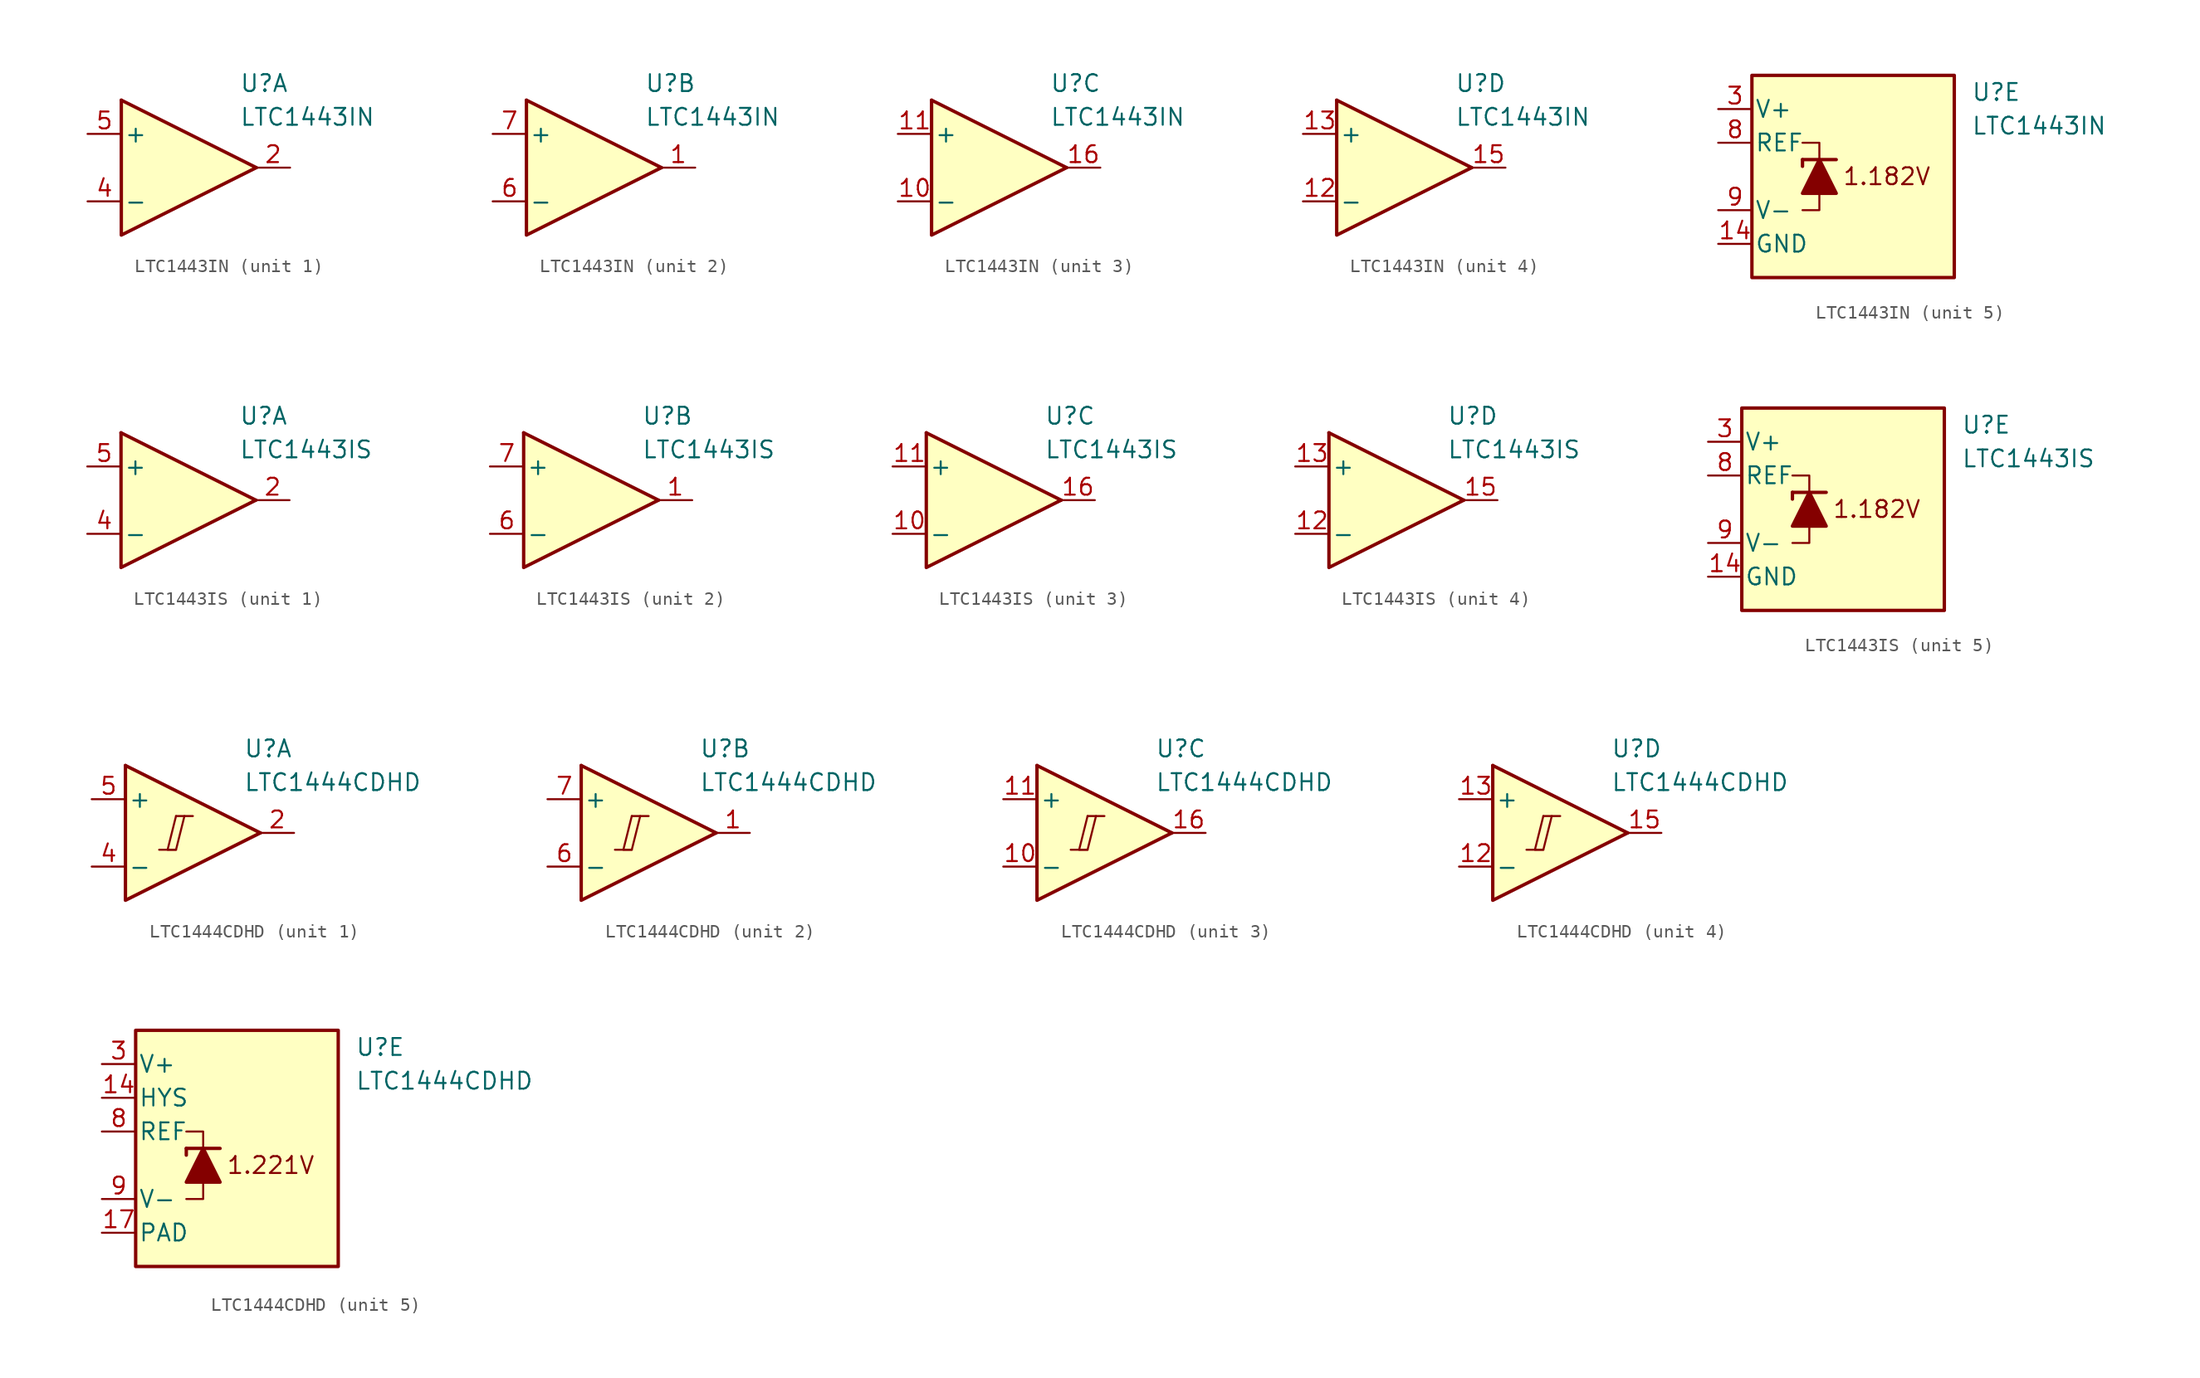
<source format=kicad_sym>
(kicad_symbol_lib
  (version 20231120)
  (generator "kicad_symbol_editor")
  (generator_version "8.0")
  (symbol "LTC1443IN"
    (pin_names
      (offset 0.2))
    (property "Reference" "U"
      (at 5.08 6.35 0)
      (effects (font (size 1.27 1.27)) (justify left)))
    (property "Value" "LTC1443IN"
      (at 5.08 3.81 0)
      (effects (font (size 1.27 1.27)) (justify left)))
    (property "ki_locked" ""
      (at 0 0 0)
      (effects (font (size 1.27 1.27))))
    (symbol "LTC1443IN_1_1"
      (polyline (pts (xy -3.81 5.08) (xy 6.35 0)) (stroke (width 0.254) (type default)) (fill (type none)))
      (polyline (pts (xy -3.81 5.08) (xy -3.81 -5.08) (xy 6.35 0)) (stroke (width 0.254) (type default)) (fill (type background)))
      (pin output line (at 8.89 0 180) (length 2.54) (name "~" (effects (font (size 1.27 1.27)))) (number "2" (effects (font (size 1.27 1.27)))))
      (pin input line (at -6.35 -2.54 0) (length 2.54) (name "-" (effects (font (size 1.27 1.27)))) (number "4" (effects (font (size 1.27 1.27)))))
      (pin input line (at -6.35 2.54 0) (length 2.54) (name "+" (effects (font (size 1.27 1.27)))) (number "5" (effects (font (size 1.27 1.27))))))
    (symbol "LTC1443IN_2_1"
      (polyline (pts (xy -3.81 5.08) (xy 6.35 0)) (stroke (width 0.254) (type default)) (fill (type none)))
      (polyline (pts (xy -3.81 5.08) (xy -3.81 -5.08) (xy 6.35 0)) (stroke (width 0.254) (type default)) (fill (type background)))
      (pin output line (at 8.89 0 180) (length 2.54) (name "~" (effects (font (size 1.27 1.27)))) (number "1" (effects (font (size 1.27 1.27)))))
      (pin input line (at -6.35 -2.54 0) (length 2.54) (name "-" (effects (font (size 1.27 1.27)))) (number "6" (effects (font (size 1.27 1.27)))))
      (pin input line (at -6.35 2.54 0) (length 2.54) (name "+" (effects (font (size 1.27 1.27)))) (number "7" (effects (font (size 1.27 1.27))))))
    (symbol "LTC1443IN_3_1"
      (polyline (pts (xy -3.81 5.08) (xy 6.35 0)) (stroke (width 0.254) (type default)) (fill (type none)))
      (polyline (pts (xy -3.81 5.08) (xy -3.81 -5.08) (xy 6.35 0)) (stroke (width 0.254) (type default)) (fill (type background)))
      (pin input line (at -6.35 -2.54 0) (length 2.54) (name "-" (effects (font (size 1.27 1.27)))) (number "10" (effects (font (size 1.27 1.27)))))
      (pin input line (at -6.35 2.54 0) (length 2.54) (name "+" (effects (font (size 1.27 1.27)))) (number "11" (effects (font (size 1.27 1.27)))))
      (pin output line (at 8.89 0 180) (length 2.54) (name "~" (effects (font (size 1.27 1.27)))) (number "16" (effects (font (size 1.27 1.27))))))
    (symbol "LTC1443IN_4_1"
      (polyline (pts (xy -3.81 5.08) (xy 6.35 0)) (stroke (width 0.254) (type default)) (fill (type none)))
      (polyline (pts (xy -3.81 5.08) (xy -3.81 -5.08) (xy 6.35 0)) (stroke (width 0.254) (type default)) (fill (type background)))
      (pin input line (at -6.35 -2.54 0) (length 2.54) (name "-" (effects (font (size 1.27 1.27)))) (number "12" (effects (font (size 1.27 1.27)))))
      (pin input line (at -6.35 2.54 0) (length 2.54) (name "+" (effects (font (size 1.27 1.27)))) (number "13" (effects (font (size 1.27 1.27)))))
      (pin output line (at 8.89 0 180) (length 2.54) (name "~" (effects (font (size 1.27 1.27)))) (number "15" (effects (font (size 1.27 1.27))))))
    (symbol "LTC1443IN_5_0"
      (text "1.182V" (at -1.27 0 0) (effects (font (size 1.27 1.27)))))
    (symbol "LTC1443IN_5_1"
      (rectangle (start -11.43 7.62) (end 3.81 -7.62) (stroke (width 0.254) (type default)) (fill (type background)))
      (polyline (pts (xy -7.62 1.27) (xy -7.62 0.762)) (stroke (width 0.254) (type default)) (fill (type none)))
      (polyline (pts (xy -7.62 1.27) (xy -5.08 1.27)) (stroke (width 0.254) (type default)) (fill (type none)))
      (polyline (pts (xy -6.35 -1.27) (xy -6.35 -2.54) (xy -7.62 -2.54)) (stroke (width 0) (type default)) (fill (type none)))
      (polyline (pts (xy -6.35 1.27) (xy -6.35 2.54) (xy -7.62 2.54)) (stroke (width 0) (type default)) (fill (type none)))
      (polyline (pts (xy -5.08 -1.27) (xy -7.62 -1.27) (xy -6.35 1.27) (xy -5.08 -1.27)) (stroke (width 0.254) (type default)) (fill (type outline)))
      (pin power_in line (at -13.97 -5.08 0) (length 2.54) (name "GND" (effects (font (size 1.27 1.27)))) (number "14" (effects (font (size 1.27 1.27)))))
      (pin power_in line (at -13.97 5.08 0) (length 2.54) (name "V+" (effects (font (size 1.27 1.27)))) (number "3" (effects (font (size 1.27 1.27)))))
      (pin output line (at -13.97 2.54 0) (length 2.54) (name "REF" (effects (font (size 1.27 1.27)))) (number "8" (effects (font (size 1.27 1.27)))))
      (pin power_in line (at -13.97 -2.54 0) (length 2.54) (name "V-" (effects (font (size 1.27 1.27)))) (number "9" (effects (font (size 1.27 1.27)))))))
  (symbol "LTC1443IS"
    (pin_names
      (offset 0.2))
    (property "Reference" "U"
      (at 5.08 6.35 0)
      (effects (font (size 1.27 1.27)) (justify left)))
    (property "Value" "LTC1443IS"
      (at 5.08 3.81 0)
      (effects (font (size 1.27 1.27)) (justify left)))
    (property "ki_locked" ""
      (at 0 0 0)
      (effects (font (size 1.27 1.27))))
    (symbol "LTC1443IS_1_1"
      (polyline (pts (xy -3.81 5.08) (xy 6.35 0)) (stroke (width 0.254) (type default)) (fill (type none)))
      (polyline (pts (xy -3.81 5.08) (xy -3.81 -5.08) (xy 6.35 0)) (stroke (width 0.254) (type default)) (fill (type background)))
      (pin output line (at 8.89 0 180) (length 2.54) (name "~" (effects (font (size 1.27 1.27)))) (number "2" (effects (font (size 1.27 1.27)))))
      (pin input line (at -6.35 -2.54 0) (length 2.54) (name "-" (effects (font (size 1.27 1.27)))) (number "4" (effects (font (size 1.27 1.27)))))
      (pin input line (at -6.35 2.54 0) (length 2.54) (name "+" (effects (font (size 1.27 1.27)))) (number "5" (effects (font (size 1.27 1.27))))))
    (symbol "LTC1443IS_2_1"
      (polyline (pts (xy -3.81 5.08) (xy 6.35 0)) (stroke (width 0.254) (type default)) (fill (type none)))
      (polyline (pts (xy -3.81 5.08) (xy -3.81 -5.08) (xy 6.35 0)) (stroke (width 0.254) (type default)) (fill (type background)))
      (pin output line (at 8.89 0 180) (length 2.54) (name "~" (effects (font (size 1.27 1.27)))) (number "1" (effects (font (size 1.27 1.27)))))
      (pin input line (at -6.35 -2.54 0) (length 2.54) (name "-" (effects (font (size 1.27 1.27)))) (number "6" (effects (font (size 1.27 1.27)))))
      (pin input line (at -6.35 2.54 0) (length 2.54) (name "+" (effects (font (size 1.27 1.27)))) (number "7" (effects (font (size 1.27 1.27))))))
    (symbol "LTC1443IS_3_1"
      (polyline (pts (xy -3.81 5.08) (xy 6.35 0)) (stroke (width 0.254) (type default)) (fill (type none)))
      (polyline (pts (xy -3.81 5.08) (xy -3.81 -5.08) (xy 6.35 0)) (stroke (width 0.254) (type default)) (fill (type background)))
      (pin input line (at -6.35 -2.54 0) (length 2.54) (name "-" (effects (font (size 1.27 1.27)))) (number "10" (effects (font (size 1.27 1.27)))))
      (pin input line (at -6.35 2.54 0) (length 2.54) (name "+" (effects (font (size 1.27 1.27)))) (number "11" (effects (font (size 1.27 1.27)))))
      (pin output line (at 8.89 0 180) (length 2.54) (name "~" (effects (font (size 1.27 1.27)))) (number "16" (effects (font (size 1.27 1.27))))))
    (symbol "LTC1443IS_4_1"
      (polyline (pts (xy -3.81 5.08) (xy 6.35 0)) (stroke (width 0.254) (type default)) (fill (type none)))
      (polyline (pts (xy -3.81 5.08) (xy -3.81 -5.08) (xy 6.35 0)) (stroke (width 0.254) (type default)) (fill (type background)))
      (pin input line (at -6.35 -2.54 0) (length 2.54) (name "-" (effects (font (size 1.27 1.27)))) (number "12" (effects (font (size 1.27 1.27)))))
      (pin input line (at -6.35 2.54 0) (length 2.54) (name "+" (effects (font (size 1.27 1.27)))) (number "13" (effects (font (size 1.27 1.27)))))
      (pin output line (at 8.89 0 180) (length 2.54) (name "~" (effects (font (size 1.27 1.27)))) (number "15" (effects (font (size 1.27 1.27))))))
    (symbol "LTC1443IS_5_0"
      (text "1.182V" (at -1.27 0 0) (effects (font (size 1.27 1.27)))))
    (symbol "LTC1443IS_5_1"
      (rectangle (start -11.43 7.62) (end 3.81 -7.62) (stroke (width 0.254) (type default)) (fill (type background)))
      (polyline (pts (xy -7.62 1.27) (xy -7.62 0.762)) (stroke (width 0.254) (type default)) (fill (type none)))
      (polyline (pts (xy -7.62 1.27) (xy -5.08 1.27)) (stroke (width 0.254) (type default)) (fill (type none)))
      (polyline (pts (xy -6.35 -1.27) (xy -6.35 -2.54) (xy -7.62 -2.54)) (stroke (width 0) (type default)) (fill (type none)))
      (polyline (pts (xy -6.35 1.27) (xy -6.35 2.54) (xy -7.62 2.54)) (stroke (width 0) (type default)) (fill (type none)))
      (polyline (pts (xy -5.08 -1.27) (xy -7.62 -1.27) (xy -6.35 1.27) (xy -5.08 -1.27)) (stroke (width 0.254) (type default)) (fill (type outline)))
      (pin power_in line (at -13.97 -5.08 0) (length 2.54) (name "GND" (effects (font (size 1.27 1.27)))) (number "14" (effects (font (size 1.27 1.27)))))
      (pin power_in line (at -13.97 5.08 0) (length 2.54) (name "V+" (effects (font (size 1.27 1.27)))) (number "3" (effects (font (size 1.27 1.27)))))
      (pin output line (at -13.97 2.54 0) (length 2.54) (name "REF" (effects (font (size 1.27 1.27)))) (number "8" (effects (font (size 1.27 1.27)))))
      (pin power_in line (at -13.97 -2.54 0) (length 2.54) (name "V-" (effects (font (size 1.27 1.27)))) (number "9" (effects (font (size 1.27 1.27)))))))
  (symbol "LTC1444CDHD"
    (pin_names
      (offset 0.2))
    (property "Reference" "U"
      (at 5.08 6.35 0)
      (effects (font (size 1.27 1.27)) (justify left)))
    (property "Value" "LTC1444CDHD"
      (at 5.08 3.81 0)
      (effects (font (size 1.27 1.27)) (justify left)))
    (property "ki_locked" ""
      (at 0 0 0)
      (effects (font (size 1.27 1.27))))
    (symbol "LTC1444CDHD_1_0"
      (polyline (pts (xy -1.27 -1.27) (xy 0 -1.27)) (stroke (width 0.152) (type default)) (fill (type none)))
      (polyline (pts (xy 0 1.27) (xy 1.27 1.27)) (stroke (width 0.152) (type default)) (fill (type none)))
      (polyline (pts (xy 0 1.27) (xy -0.635 -1.27) (xy 0 -1.27) (xy 0.635 1.27)) (stroke (width 0.152) (type default)) (fill (type none))))
    (symbol "LTC1444CDHD_1_1"
      (polyline (pts (xy -3.81 5.08) (xy 6.35 0)) (stroke (width 0.254) (type default)) (fill (type none)))
      (polyline (pts (xy -3.81 5.08) (xy -3.81 -5.08) (xy 6.35 0)) (stroke (width 0.254) (type default)) (fill (type background)))
      (pin output line (at 8.89 0 180) (length 2.54) (name "~" (effects (font (size 1.27 1.27)))) (number "2" (effects (font (size 1.27 1.27)))))
      (pin input line (at -6.35 -2.54 0) (length 2.54) (name "-" (effects (font (size 1.27 1.27)))) (number "4" (effects (font (size 1.27 1.27)))))
      (pin input line (at -6.35 2.54 0) (length 2.54) (name "+" (effects (font (size 1.27 1.27)))) (number "5" (effects (font (size 1.27 1.27))))))
    (symbol "LTC1444CDHD_2_0"
      (polyline (pts (xy -1.27 -1.27) (xy 0 -1.27)) (stroke (width 0.152) (type default)) (fill (type none)))
      (polyline (pts (xy 0 1.27) (xy 1.27 1.27)) (stroke (width 0.152) (type default)) (fill (type none)))
      (polyline (pts (xy 0 1.27) (xy -0.635 -1.27) (xy 0 -1.27) (xy 0.635 1.27)) (stroke (width 0.152) (type default)) (fill (type none))))
    (symbol "LTC1444CDHD_2_1"
      (polyline (pts (xy -3.81 5.08) (xy 6.35 0)) (stroke (width 0.254) (type default)) (fill (type none)))
      (polyline (pts (xy -3.81 5.08) (xy -3.81 -5.08) (xy 6.35 0)) (stroke (width 0.254) (type default)) (fill (type background)))
      (pin output line (at 8.89 0 180) (length 2.54) (name "~" (effects (font (size 1.27 1.27)))) (number "1" (effects (font (size 1.27 1.27)))))
      (pin input line (at -6.35 -2.54 0) (length 2.54) (name "-" (effects (font (size 1.27 1.27)))) (number "6" (effects (font (size 1.27 1.27)))))
      (pin input line (at -6.35 2.54 0) (length 2.54) (name "+" (effects (font (size 1.27 1.27)))) (number "7" (effects (font (size 1.27 1.27))))))
    (symbol "LTC1444CDHD_3_0"
      (polyline (pts (xy -1.27 -1.27) (xy 0 -1.27)) (stroke (width 0.152) (type default)) (fill (type none)))
      (polyline (pts (xy 0 1.27) (xy 1.27 1.27)) (stroke (width 0.152) (type default)) (fill (type none)))
      (polyline (pts (xy 0 1.27) (xy -0.635 -1.27) (xy 0 -1.27) (xy 0.635 1.27)) (stroke (width 0.152) (type default)) (fill (type none))))
    (symbol "LTC1444CDHD_3_1"
      (polyline (pts (xy -3.81 5.08) (xy 6.35 0)) (stroke (width 0.254) (type default)) (fill (type none)))
      (polyline (pts (xy -3.81 5.08) (xy -3.81 -5.08) (xy 6.35 0)) (stroke (width 0.254) (type default)) (fill (type background)))
      (pin input line (at -6.35 -2.54 0) (length 2.54) (name "-" (effects (font (size 1.27 1.27)))) (number "10" (effects (font (size 1.27 1.27)))))
      (pin input line (at -6.35 2.54 0) (length 2.54) (name "+" (effects (font (size 1.27 1.27)))) (number "11" (effects (font (size 1.27 1.27)))))
      (pin output line (at 8.89 0 180) (length 2.54) (name "~" (effects (font (size 1.27 1.27)))) (number "16" (effects (font (size 1.27 1.27))))))
    (symbol "LTC1444CDHD_4_0"
      (polyline (pts (xy -1.27 -1.27) (xy 0 -1.27)) (stroke (width 0.152) (type default)) (fill (type none)))
      (polyline (pts (xy 0 1.27) (xy 1.27 1.27)) (stroke (width 0.152) (type default)) (fill (type none)))
      (polyline (pts (xy 0 1.27) (xy -0.635 -1.27) (xy 0 -1.27) (xy 0.635 1.27)) (stroke (width 0.152) (type default)) (fill (type none))))
    (symbol "LTC1444CDHD_4_1"
      (polyline (pts (xy -3.81 5.08) (xy 6.35 0)) (stroke (width 0.254) (type default)) (fill (type none)))
      (polyline (pts (xy -3.81 5.08) (xy -3.81 -5.08) (xy 6.35 0)) (stroke (width 0.254) (type default)) (fill (type background)))
      (pin input line (at -6.35 -2.54 0) (length 2.54) (name "-" (effects (font (size 1.27 1.27)))) (number "12" (effects (font (size 1.27 1.27)))))
      (pin input line (at -6.35 2.54 0) (length 2.54) (name "+" (effects (font (size 1.27 1.27)))) (number "13" (effects (font (size 1.27 1.27)))))
      (pin output line (at 8.89 0 180) (length 2.54) (name "~" (effects (font (size 1.27 1.27)))) (number "15" (effects (font (size 1.27 1.27))))))
    (symbol "LTC1444CDHD_5_0"
      (text "1.221V" (at -1.27 -2.54 0) (effects (font (size 1.27 1.27)))))
    (symbol "LTC1444CDHD_5_1"
      (rectangle (start -11.43 7.62) (end 3.81 -10.16) (stroke (width 0.254) (type default)) (fill (type background)))
      (polyline (pts (xy -7.62 -1.27) (xy -7.62 -1.778)) (stroke (width 0.254) (type default)) (fill (type none)))
      (polyline (pts (xy -7.62 -1.27) (xy -5.08 -1.27)) (stroke (width 0.254) (type default)) (fill (type none)))
      (polyline (pts (xy -6.35 -3.81) (xy -6.35 -5.08) (xy -7.62 -5.08)) (stroke (width 0) (type default)) (fill (type none)))
      (polyline (pts (xy -6.35 -1.27) (xy -6.35 0) (xy -7.62 0)) (stroke (width 0) (type default)) (fill (type none)))
      (polyline (pts (xy -5.08 -3.81) (xy -7.62 -3.81) (xy -6.35 -1.27) (xy -5.08 -3.81)) (stroke (width 0.254) (type default)) (fill (type outline)))
      (pin input line (at -13.97 2.54 0) (length 2.54) (name "HYS" (effects (font (size 1.27 1.27)))) (number "14" (effects (font (size 1.27 1.27)))))
      (pin power_in line (at -13.97 -7.62 0) (length 2.54) (name "PAD" (effects (font (size 1.27 1.27)))) (number "17" (effects (font (size 1.27 1.27)))))
      (pin power_in line (at -13.97 5.08 0) (length 2.54) (name "V+" (effects (font (size 1.27 1.27)))) (number "3" (effects (font (size 1.27 1.27)))))
      (pin output line (at -13.97 0 0) (length 2.54) (name "REF" (effects (font (size 1.27 1.27)))) (number "8" (effects (font (size 1.27 1.27)))))
      (pin power_in line (at -13.97 -5.08 0) (length 2.54) (name "V-" (effects (font (size 1.27 1.27)))) (number "9" (effects (font (size 1.27 1.27))))))))
</source>
